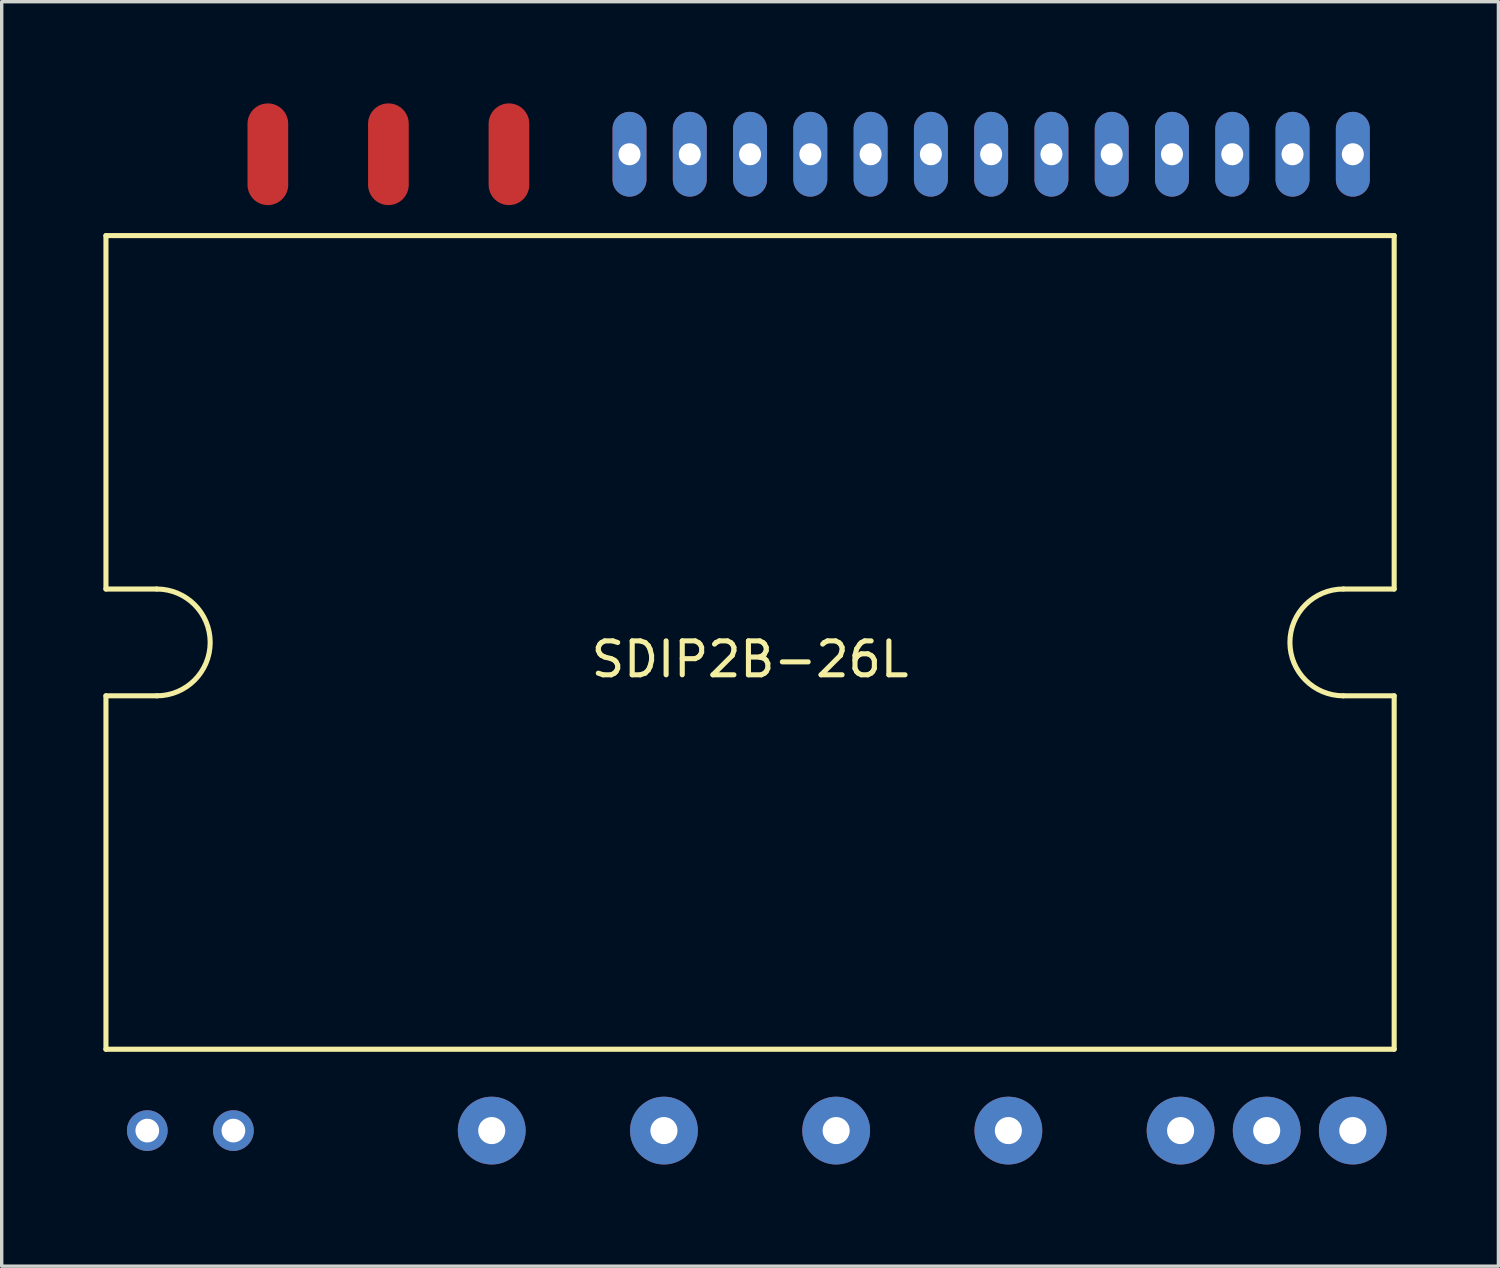
<source format=kicad_pcb>
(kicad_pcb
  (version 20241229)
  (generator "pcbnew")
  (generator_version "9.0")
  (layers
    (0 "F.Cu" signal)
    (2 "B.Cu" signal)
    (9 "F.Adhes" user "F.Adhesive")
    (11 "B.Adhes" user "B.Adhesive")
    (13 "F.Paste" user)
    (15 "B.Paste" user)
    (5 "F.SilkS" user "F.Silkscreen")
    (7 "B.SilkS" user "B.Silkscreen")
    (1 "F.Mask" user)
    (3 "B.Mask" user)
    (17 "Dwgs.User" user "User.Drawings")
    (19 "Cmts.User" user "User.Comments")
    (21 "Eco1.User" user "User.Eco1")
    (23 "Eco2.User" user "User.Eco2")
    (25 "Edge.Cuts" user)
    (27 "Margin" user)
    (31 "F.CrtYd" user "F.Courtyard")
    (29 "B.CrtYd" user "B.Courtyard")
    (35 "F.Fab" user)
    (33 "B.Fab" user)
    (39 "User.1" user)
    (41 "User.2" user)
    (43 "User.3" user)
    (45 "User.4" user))
  (footprint "SDIP2B-26L"
    (layer "F.Cu")
    (at 19.075 15.9)
    (property "Reference" "SDIP2B-26L" (at 0 0.5 0) (layer "F.SilkS") (effects (font (size 1 1) (thickness 0.15))))
    (attr through_hole)
    (fp_line (start -19 -12) (end -19 -1.575) (stroke (width 0.15) (type solid)) (layer "F.SilkS"))
    (fp_line (start -19 -12) (end 19 -12) (stroke (width 0.15) (type solid)) (layer "F.SilkS"))
    (fp_line (start -19 12) (end -19 1.575) (stroke (width 0.15) (type solid)) (layer "F.SilkS"))
    (fp_line (start -17.5 -1.575) (end -19 -1.575) (stroke (width 0.15) (type solid)) (layer "F.SilkS"))
    (fp_line (start -17.5 1.575) (end -19 1.575) (stroke (width 0.15) (type solid)) (layer "F.SilkS"))
    (fp_line (start 17.5 -1.575) (end 19 -1.575) (stroke (width 0.15) (type solid)) (layer "F.SilkS"))
    (fp_line (start 17.5 1.575) (end 19 1.575) (stroke (width 0.15) (type solid)) (layer "F.SilkS"))
    (fp_line (start 19 -12) (end 19 -1.575) (stroke (width 0.15) (type solid)) (layer "F.SilkS"))
    (fp_line (start 19 12) (end -19 12) (stroke (width 0.15) (type solid)) (layer "F.SilkS"))
    (fp_line (start 19 12) (end 19 1.575) (stroke (width 0.15) (type solid)) (layer "F.SilkS"))
    (fp_arc (start -17.5 -1.575) (mid -15.925 0) (end -17.5 1.575) (stroke (width 0.15) (type solid)) (layer "F.SilkS"))
    (fp_arc (start 17.5 1.575) (mid 15.925 0) (end 17.5 -1.575) (stroke (width 0.15) (type solid)) (layer "F.SilkS"))
    (pad "2" smd oval (at -14.224 -14.4) (size 1.2 3) (layers "F.Cu" "F.Mask" "F.Paste"))
    (pad "3" smd oval (at -10.668 -14.4) (size 1.2 3) (layers "F.Cu" "F.Mask" "F.Paste"))
    (pad "4" smd oval (at -7.112 -14.4) (size 1.2 3) (layers "F.Cu" "F.Mask" "F.Paste"))
    (pad "5" thru_hole oval (at -3.556 -14.4) (size 1 2.5) (drill 0.65) (layers "*.Cu" "*.Mask"))
    (pad "6" thru_hole oval (at -1.778 -14.4) (size 1 2.5) (drill 0.65) (layers "*.Cu" "*.Mask"))
    (pad "7" thru_hole oval (at 0 -14.4) (size 1 2.5) (drill 0.65) (layers "*.Cu" "*.Mask"))
    (pad "8" thru_hole oval (at 1.778 -14.4) (size 1 2.5) (drill 0.65) (layers "*.Cu" "*.Mask"))
    (pad "9" thru_hole oval (at 3.556 -14.4) (size 1 2.5) (drill 0.65) (layers "*.Cu" "*.Mask"))
    (pad "10" thru_hole oval (at 5.334 -14.4) (size 1 2.5) (drill 0.65) (layers "*.Cu" "*.Mask"))
    (pad "11" thru_hole oval (at 7.112 -14.4) (size 1 2.5) (drill 0.65) (layers "*.Cu" "*.Mask"))
    (pad "12" thru_hole oval (at 8.89 -14.4) (size 1 2.5) (drill 0.65) (layers "*.Cu" "*.Mask"))
    (pad "13" thru_hole oval (at 10.668 -14.4) (size 1 2.5) (drill 0.65) (layers "*.Cu" "*.Mask"))
    (pad "14" thru_hole oval (at 12.446 -14.4) (size 1 2.5) (drill 0.65) (layers "*.Cu" "*.Mask"))
    (pad "15" thru_hole oval (at 14.224 -14.4) (size 1 2.5) (drill 0.65) (layers "*.Cu" "*.Mask"))
    (pad "16" thru_hole oval (at 16.002 -14.4) (size 1 2.5) (drill 0.65) (layers "*.Cu" "*.Mask"))
    (pad "17" thru_hole oval (at 17.78 -14.4) (size 1 2.5) (drill 0.65) (layers "*.Cu" "*.Mask"))
    (pad "18" thru_hole circle (at 17.78 14.4) (size 2 2) (drill 0.8) (layers "*.Cu" "*.Mask"))
    (pad "19" thru_hole circle (at 15.24 14.4) (size 2 2) (drill 0.8) (layers "*.Cu" "*.Mask"))
    (pad "20" thru_hole circle (at 12.7 14.4) (size 2 2) (drill 0.8) (layers "*.Cu" "*.Mask"))
    (pad "21" thru_hole circle (at 7.62 14.4) (size 2 2) (drill 0.8) (layers "*.Cu" "*.Mask"))
    (pad "22" thru_hole circle (at 2.54 14.4) (size 2 2) (drill 0.8) (layers "*.Cu" "*.Mask"))
    (pad "23" thru_hole circle (at -2.54 14.4) (size 2 2) (drill 0.8) (layers "*.Cu" "*.Mask"))
    (pad "24" thru_hole circle (at -7.62 14.4) (size 2 2) (drill 0.8) (layers "*.Cu" "*.Mask"))
    (pad "25" thru_hole oval (at -15.24 14.4) (size 1.2 1.2) (drill 0.7) (layers "*.Cu" "*.Mask"))
    (pad "26" thru_hole oval (at -17.78 14.4) (size 1.2 1.2) (drill 0.7) (layers "*.Cu" "*.Mask")))
  (gr_rect
    (start -3 -3)
    (end 41.15 34.3)
    (stroke (width 0.1) (type default))
    (fill no)
    (layer "Edge.Cuts")))
</source>
